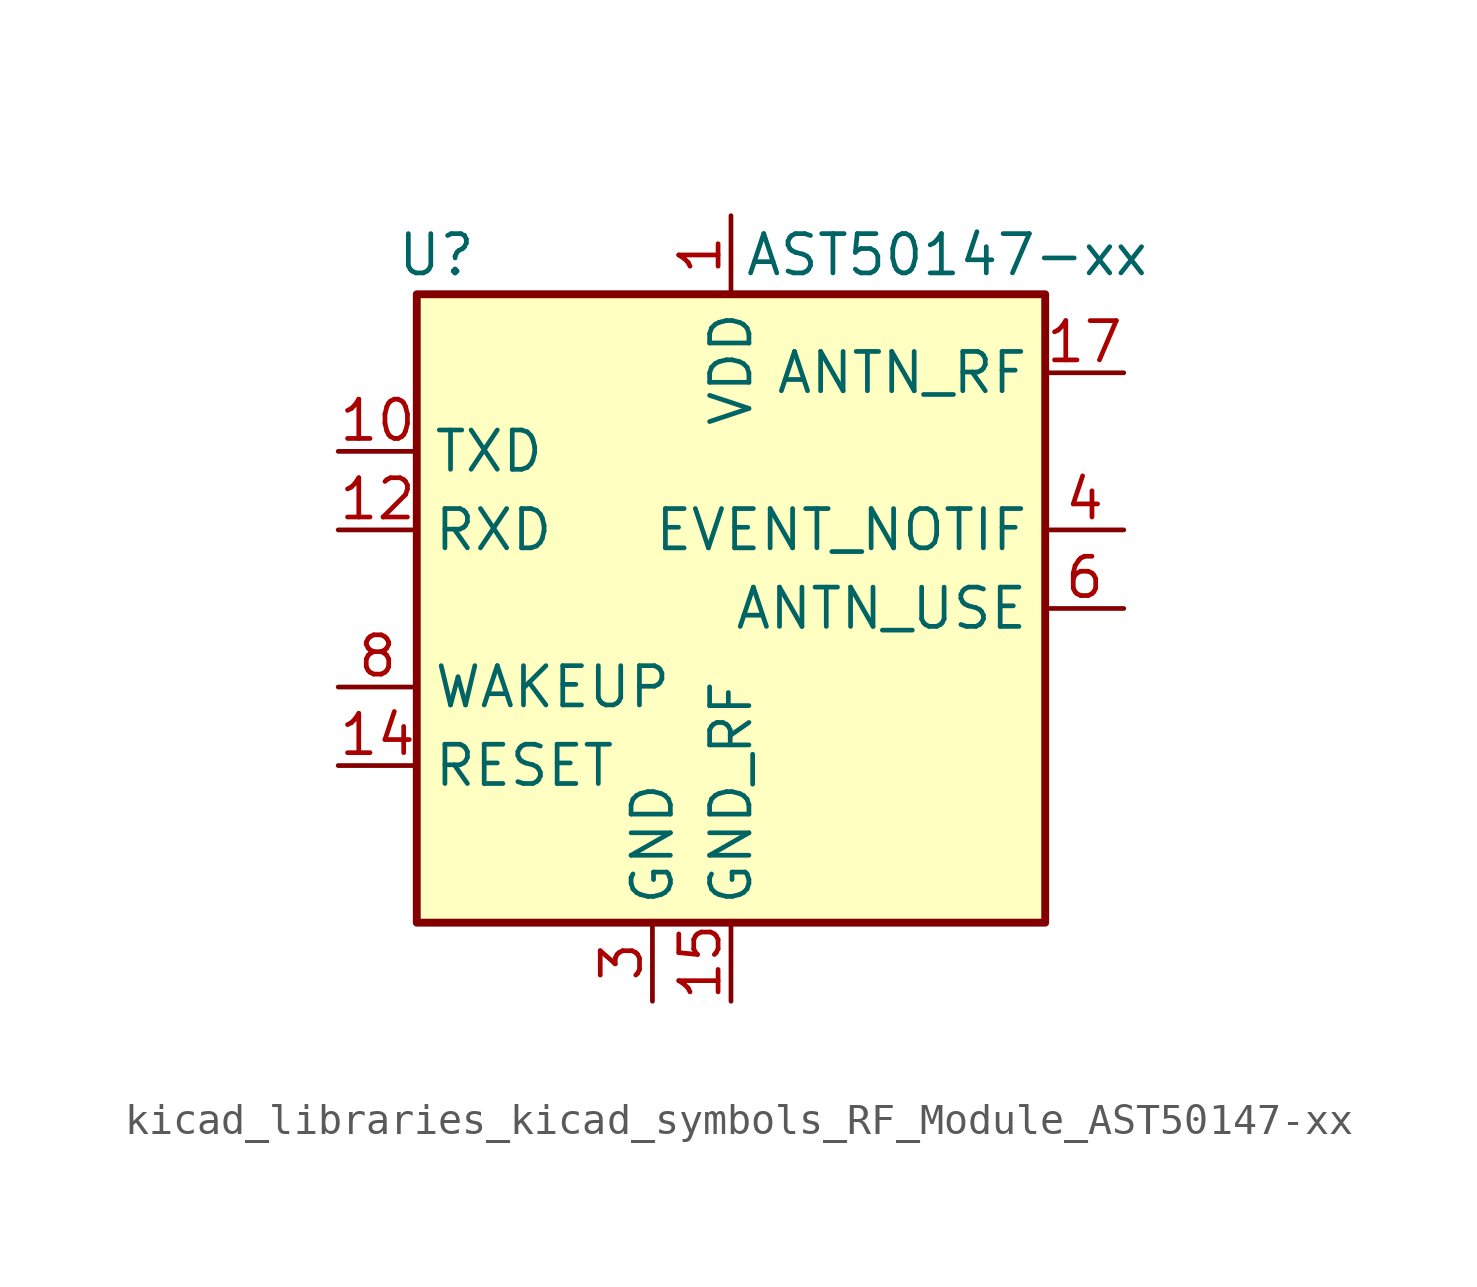
<source format=kicad_sym>
(kicad_symbol_lib
  (version 20220914)
  (generator kicad_symbol_editor)
  (symbol "kicad_libraries_kicad_symbols_RF_Module_AST50147-xx"
    (property "Reference" "U"
      (at -9.525 11.43 0)
      (effects (font (size 1.27 1.27))))
    (property "Value" "AST50147-xx"
      (at 6.985 11.43 0)
      (effects (font (size 1.27 1.27))))
    (symbol "kicad_libraries_kicad_symbols_RF_Module_AST50147-xx_0_1"
      (rectangle (start -10.16 10.16) (end 10.16 -10.16) (stroke (width 0.254) (type default)) (fill (type background))))
    (symbol "kicad_libraries_kicad_symbols_RF_Module_AST50147-xx_1_1"
      (pin power_in line (at 0 12.7 270) (length 2.54) (name "VDD" (effects (font (size 1.27 1.27)))) (number "1" (effects (font (size 1.27 1.27)))))
      (pin output line (at -12.7 5.08 0) (length 2.54) (name "TXD" (effects (font (size 1.27 1.27)))) (number "10" (effects (font (size 1.27 1.27)))))
      (pin passive line (at -2.54 -12.7 90) (length 2.54) hide (name "GND" (effects (font (size 1.27 1.27)))) (number "11" (effects (font (size 1.27 1.27)))))
      (pin input line (at -12.7 2.54 0) (length 2.54) (name "RXD" (effects (font (size 1.27 1.27)))) (number "12" (effects (font (size 1.27 1.27)))))
      (pin passive line (at -2.54 -12.7 90) (length 2.54) hide (name "GND" (effects (font (size 1.27 1.27)))) (number "13" (effects (font (size 1.27 1.27)))))
      (pin input line (at -12.7 -5.08 0) (length 2.54) (name "RESET" (effects (font (size 1.27 1.27)))) (number "14" (effects (font (size 1.27 1.27)))))
      (pin power_in line (at 0 -12.7 90) (length 2.54) (name "GND_RF" (effects (font (size 1.27 1.27)))) (number "15" (effects (font (size 1.27 1.27)))))
      (pin passive line (at 0 -12.7 90) (length 2.54) hide (name "GND_RF" (effects (font (size 1.27 1.27)))) (number "16" (effects (font (size 1.27 1.27)))))
      (pin passive line (at 12.7 7.62 180) (length 2.54) (name "ANTN_RF" (effects (font (size 1.27 1.27)))) (number "17" (effects (font (size 1.27 1.27)))))
      (pin passive line (at 0 -12.7 90) (length 2.54) hide (name "GND_RF" (effects (font (size 1.27 1.27)))) (number "18" (effects (font (size 1.27 1.27)))))
      (pin passive line (at 0 -12.7 90) (length 2.54) hide (name "GND_RF" (effects (font (size 1.27 1.27)))) (number "19" (effects (font (size 1.27 1.27)))))
      (pin passive line (at 0 12.7 270) (length 2.54) hide (name "VDD" (effects (font (size 1.27 1.27)))) (number "2" (effects (font (size 1.27 1.27)))))
      (pin no_connect line (at -7.62 10.16 270) (length 2.54) hide (name "RSVD" (effects (font (size 1.27 1.27)))) (number "20" (effects (font (size 1.27 1.27)))))
      (pin no_connect line (at -5.08 10.16 270) (length 2.54) hide (name "RSVD" (effects (font (size 1.27 1.27)))) (number "21" (effects (font (size 1.27 1.27)))))
      (pin no_connect line (at -2.54 10.16 270) (length 2.54) hide (name "RSVD" (effects (font (size 1.27 1.27)))) (number "22" (effects (font (size 1.27 1.27)))))
      (pin passive line (at -2.54 -12.7 90) (length 2.54) hide (name "GND" (effects (font (size 1.27 1.27)))) (number "23" (effects (font (size 1.27 1.27)))))
      (pin no_connect line (at -10.16 0 0) (length 2.54) hide (name "N.C." (effects (font (size 1.27 1.27)))) (number "24" (effects (font (size 1.27 1.27)))))
      (pin passive line (at -2.54 -12.7 90) (length 2.54) hide (name "GND" (effects (font (size 1.27 1.27)))) (number "25" (effects (font (size 1.27 1.27)))))
      (pin no_connect line (at 2.54 -10.16 90) (length 2.54) hide (name "N.C." (effects (font (size 1.27 1.27)))) (number "26" (effects (font (size 1.27 1.27)))))
      (pin passive line (at -2.54 -12.7 90) (length 2.54) hide (name "GND" (effects (font (size 1.27 1.27)))) (number "27" (effects (font (size 1.27 1.27)))))
      (pin no_connect line (at 5.08 -10.16 90) (length 2.54) hide (name "N.C." (effects (font (size 1.27 1.27)))) (number "28" (effects (font (size 1.27 1.27)))))
      (pin passive line (at -2.54 -12.7 90) (length 2.54) hide (name "GND" (effects (font (size 1.27 1.27)))) (number "29" (effects (font (size 1.27 1.27)))))
      (pin power_in line (at -2.54 -12.7 90) (length 2.54) (name "GND" (effects (font (size 1.27 1.27)))) (number "3" (effects (font (size 1.27 1.27)))))
      (pin no_connect line (at 7.62 -10.16 90) (length 2.54) hide (name "N.C." (effects (font (size 1.27 1.27)))) (number "30" (effects (font (size 1.27 1.27)))))
      (pin passive line (at -2.54 -12.7 90) (length 2.54) hide (name "GND" (effects (font (size 1.27 1.27)))) (number "31" (effects (font (size 1.27 1.27)))))
      (pin no_connect line (at 7.62 10.16 270) (length 2.54) hide (name "N.C." (effects (font (size 1.27 1.27)))) (number "32" (effects (font (size 1.27 1.27)))))
      (pin passive line (at -2.54 -12.7 90) (length 2.54) hide (name "GND" (effects (font (size 1.27 1.27)))) (number "33" (effects (font (size 1.27 1.27)))))
      (pin no_connect line (at -10.16 -7.62 0) (length 2.54) hide (name "N.C." (effects (font (size 1.27 1.27)))) (number "34" (effects (font (size 1.27 1.27)))))
      (pin no_connect line (at 10.16 -2.54 180) (length 2.54) hide (name "N.C." (effects (font (size 1.27 1.27)))) (number "35" (effects (font (size 1.27 1.27)))))
      (pin passive line (at -2.54 -12.7 90) (length 2.54) hide (name "GND" (effects (font (size 1.27 1.27)))) (number "36" (effects (font (size 1.27 1.27)))))
      (pin no_connect line (at 2.54 10.16 270) (length 2.54) hide (name "RSVD" (effects (font (size 1.27 1.27)))) (number "37" (effects (font (size 1.27 1.27)))))
      (pin no_connect line (at 5.08 10.16 270) (length 2.54) hide (name "RSVD" (effects (font (size 1.27 1.27)))) (number "38" (effects (font (size 1.27 1.27)))))
      (pin output line (at 12.7 2.54 180) (length 2.54) (name "EVENT_NOTIF" (effects (font (size 1.27 1.27)))) (number "4" (effects (font (size 1.27 1.27)))))
      (pin passive line (at -2.54 -12.7 90) (length 2.54) hide (name "GND" (effects (font (size 1.27 1.27)))) (number "5" (effects (font (size 1.27 1.27)))))
      (pin output line (at 12.7 0 180) (length 2.54) (name "ANTN_USE" (effects (font (size 1.27 1.27)))) (number "6" (effects (font (size 1.27 1.27)))))
      (pin passive line (at -2.54 -12.7 90) (length 2.54) hide (name "GND" (effects (font (size 1.27 1.27)))) (number "7" (effects (font (size 1.27 1.27)))))
      (pin input line (at -12.7 -2.54 0) (length 2.54) (name "WAKEUP" (effects (font (size 1.27 1.27)))) (number "8" (effects (font (size 1.27 1.27)))))
      (pin passive line (at -2.54 -12.7 90) (length 2.54) hide (name "GND" (effects (font (size 1.27 1.27)))) (number "9" (effects (font (size 1.27 1.27))))))))
</source>
